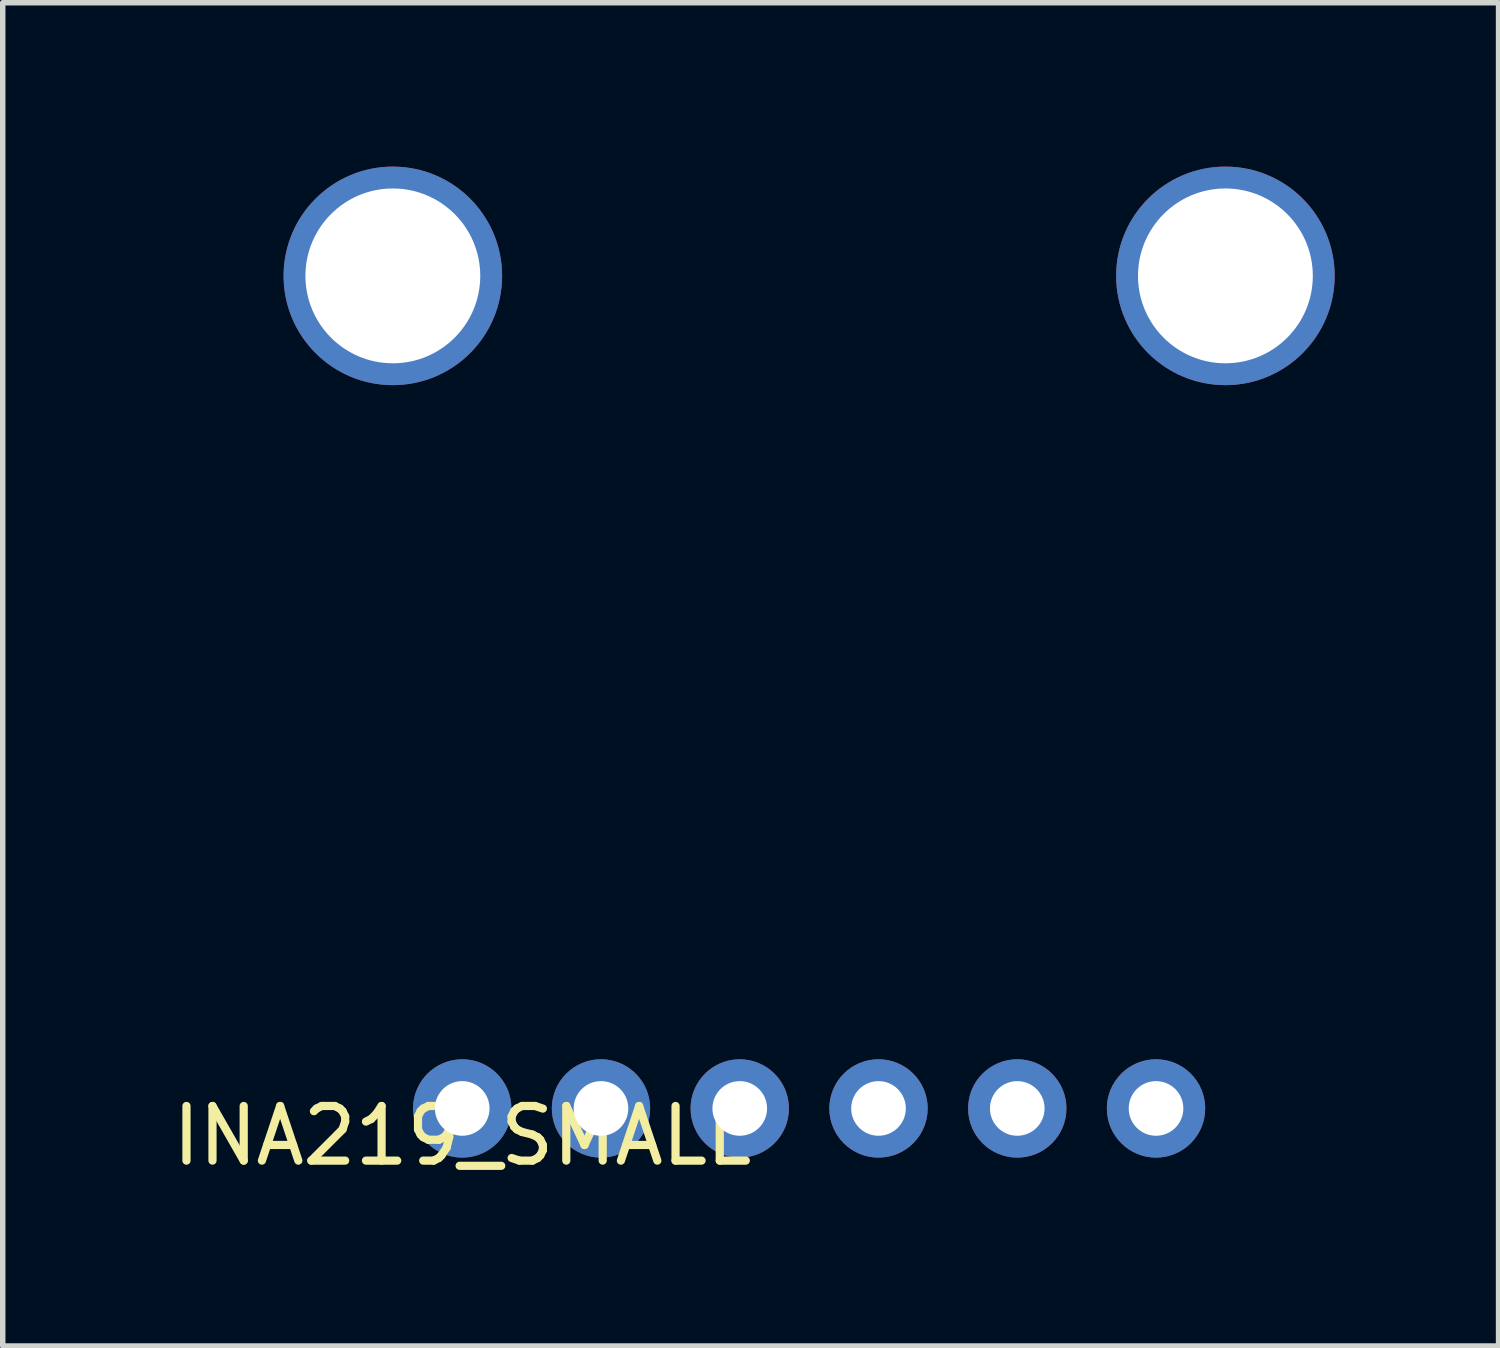
<source format=kicad_pcb>
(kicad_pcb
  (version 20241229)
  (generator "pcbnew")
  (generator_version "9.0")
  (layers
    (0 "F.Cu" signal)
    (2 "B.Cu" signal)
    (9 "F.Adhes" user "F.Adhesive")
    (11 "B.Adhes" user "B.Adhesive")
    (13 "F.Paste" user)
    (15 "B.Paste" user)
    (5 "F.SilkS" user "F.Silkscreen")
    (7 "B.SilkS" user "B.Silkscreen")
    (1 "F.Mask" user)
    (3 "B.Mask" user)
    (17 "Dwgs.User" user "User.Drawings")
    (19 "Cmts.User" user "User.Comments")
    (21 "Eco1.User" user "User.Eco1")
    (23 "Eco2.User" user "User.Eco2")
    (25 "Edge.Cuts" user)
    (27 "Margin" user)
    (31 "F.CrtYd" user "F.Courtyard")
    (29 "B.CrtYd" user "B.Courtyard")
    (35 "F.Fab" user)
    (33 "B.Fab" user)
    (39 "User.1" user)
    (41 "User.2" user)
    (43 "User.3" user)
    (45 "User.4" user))
  (footprint "INA219_SMALL"
    (layer "F.Cu")
    (at 5.411 17.24)
    (property "Reference" "INA219_SMALL" (at 0 0.5 0) (layer "F.SilkS") (effects (font (size 1 1) (thickness 0.15))))
    (attr through_hole)
    (pad "" thru_hole circle (at -1.27 -15.24) (size 4 4) (drill 3.2) (layers "*.Cu" "*.Mask"))
    (pad "" thru_hole circle (at 13.97 -15.24) (size 4 4) (drill 3.2) (layers "*.Cu" "*.Mask"))
    (pad "GND" thru_hole circle (at 2.54 0) (size 1.8 1.8) (drill 1) (layers "*.Cu" "*.Mask"))
    (pad "SCL" thru_hole circle (at 5.08 0) (size 1.8 1.8) (drill 1) (layers "*.Cu" "*.Mask"))
    (pad "SDA" thru_hole circle (at 7.62 0) (size 1.8 1.8) (drill 1) (layers "*.Cu" "*.Mask"))
    (pad "VCC" thru_hole circle (at 0 0) (size 1.8 1.8) (drill 1) (layers "*.Cu" "*.Mask"))
    (pad "VIN+" thru_hole circle (at 12.7 0) (size 1.8 1.8) (drill 1) (layers "*.Cu" "*.Mask"))
    (pad "VIN-" thru_hole circle (at 10.16 0) (size 1.8 1.8) (drill 1) (layers "*.Cu" "*.Mask")))
  (gr_rect
    (start -3 -3)
    (end 24.381 21.588)
    (stroke (width 0.1) (type default))
    (fill no)
    (layer "Edge.Cuts")))
</source>
